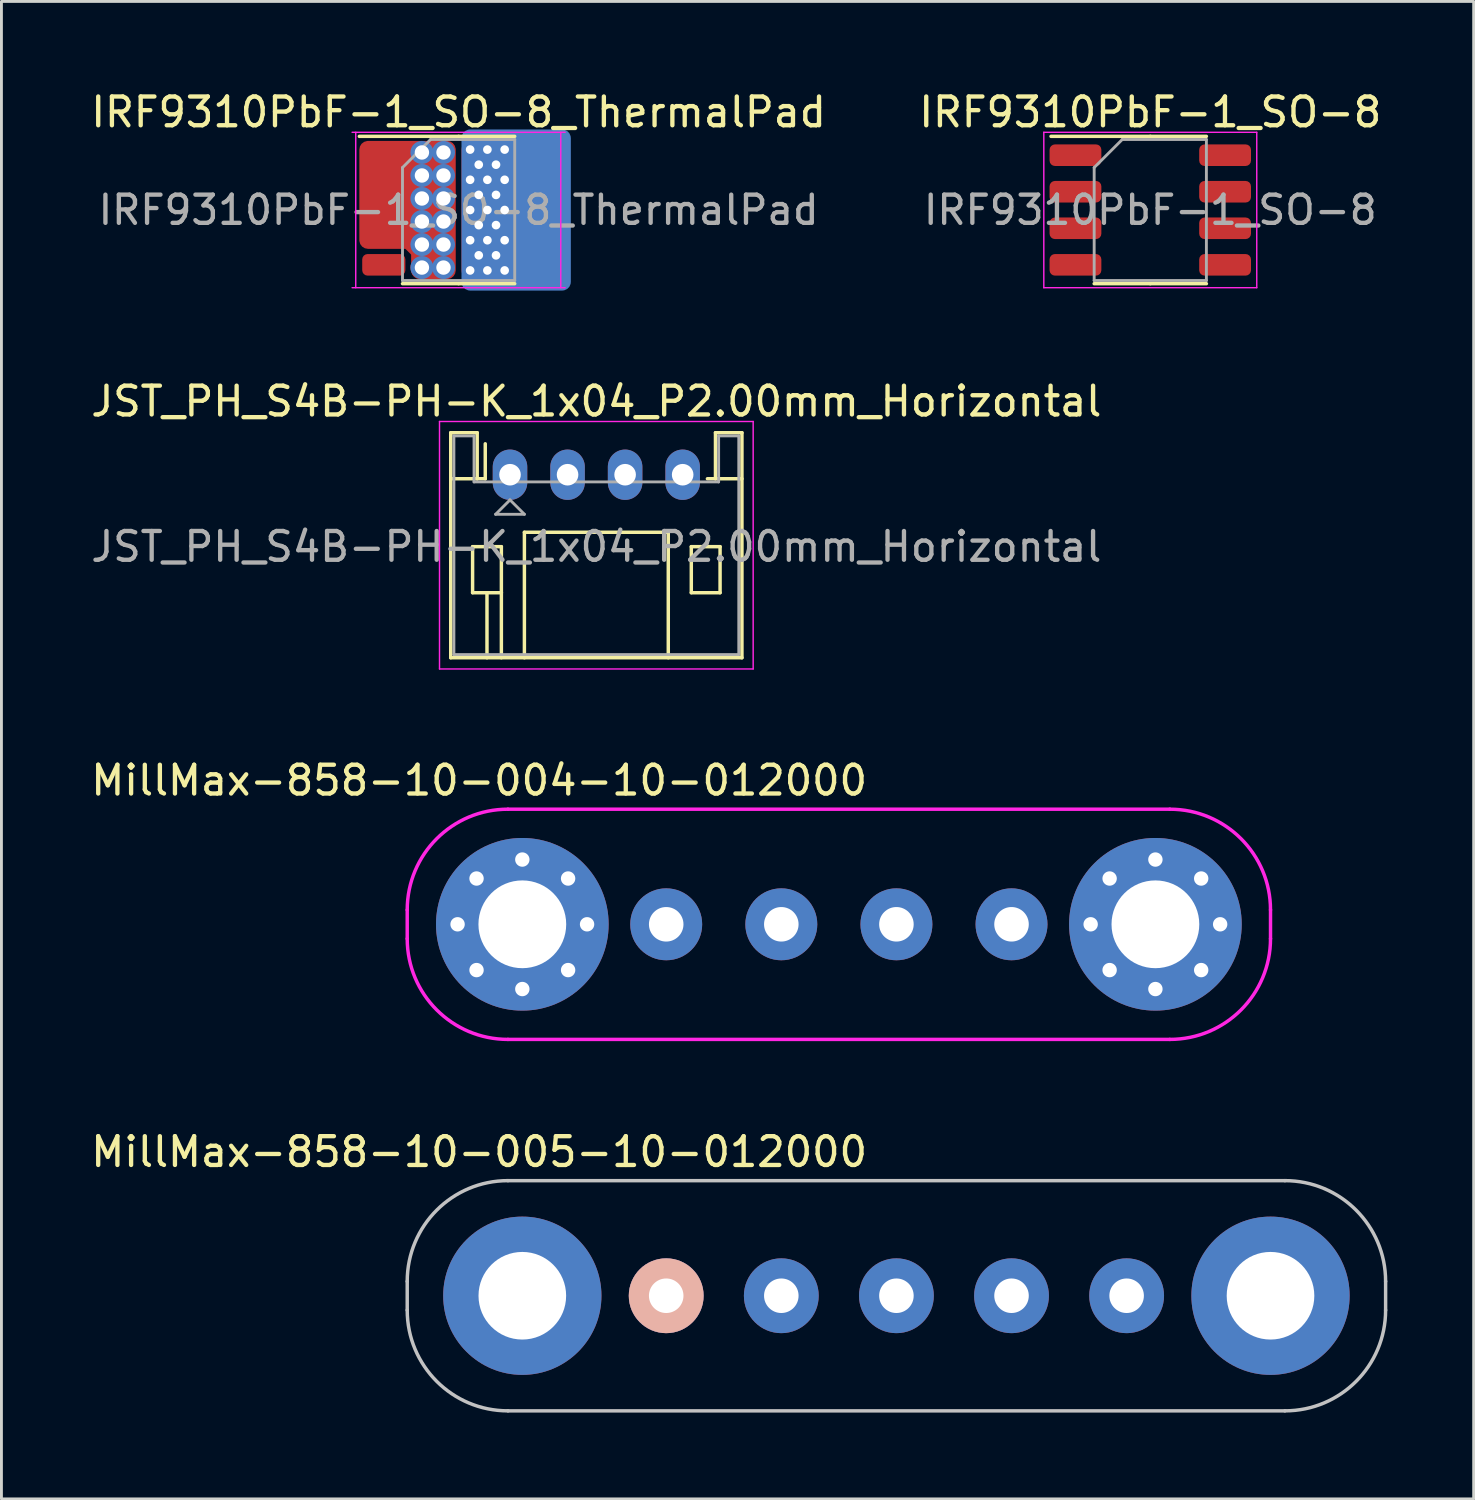
<source format=kicad_pcb>
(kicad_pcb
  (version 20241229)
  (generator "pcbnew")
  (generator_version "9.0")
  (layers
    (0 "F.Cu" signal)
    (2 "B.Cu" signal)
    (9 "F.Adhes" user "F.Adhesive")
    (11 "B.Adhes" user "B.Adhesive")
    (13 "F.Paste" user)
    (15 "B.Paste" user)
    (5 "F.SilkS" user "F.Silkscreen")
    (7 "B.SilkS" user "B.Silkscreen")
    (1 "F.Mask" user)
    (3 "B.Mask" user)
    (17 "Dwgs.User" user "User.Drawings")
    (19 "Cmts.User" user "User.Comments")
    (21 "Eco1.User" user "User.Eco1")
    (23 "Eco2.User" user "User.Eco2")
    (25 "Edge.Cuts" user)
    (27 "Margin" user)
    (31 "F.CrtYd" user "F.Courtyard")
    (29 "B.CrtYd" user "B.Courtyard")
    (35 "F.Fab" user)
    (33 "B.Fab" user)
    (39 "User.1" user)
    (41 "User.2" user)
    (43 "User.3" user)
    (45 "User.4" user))
  (footprint "JST_PH_S4B-PH-K_1x04_P2.00mm_Horizontal"
    (layer "F.Cu")
    (at 14.673 13.447)
    (property "Reference" "JST_PH_S4B-PH-K_1x04_P2.00mm_Horizontal" (at 3 -2.55 0) (layer "F.SilkS") (effects (font (size 1 1) (thickness 0.15))))
    (attr through_hole)
    (fp_line (start -2.06 -1.46) (end -2.06 6.36) (stroke (width 0.12) (type solid)) (layer "F.SilkS"))
    (fp_line (start -2.06 0.14) (end -1.14 0.14) (stroke (width 0.12) (type solid)) (layer "F.SilkS"))
    (fp_line (start -2.06 6.36) (end 8.06 6.36) (stroke (width 0.12) (type solid)) (layer "F.SilkS"))
    (fp_line (start -1.3 2.5) (end -1.3 4.1) (stroke (width 0.12) (type solid)) (layer "F.SilkS"))
    (fp_line (start -1.3 4.1) (end -0.3 4.1) (stroke (width 0.12) (type solid)) (layer "F.SilkS"))
    (fp_line (start -1.14 -1.46) (end -2.06 -1.46) (stroke (width 0.12) (type solid)) (layer "F.SilkS"))
    (fp_line (start -1.14 0.14) (end -1.14 -1.46) (stroke (width 0.12) (type solid)) (layer "F.SilkS"))
    (fp_line (start -0.86 0.14) (end -1.14 0.14) (stroke (width 0.12) (type solid)) (layer "F.SilkS"))
    (fp_line (start -0.86 0.14) (end -0.86 -1.075) (stroke (width 0.12) (type solid)) (layer "F.SilkS"))
    (fp_line (start -0.8 4.1) (end -0.8 6.36) (stroke (width 0.12) (type solid)) (layer "F.SilkS"))
    (fp_line (start -0.3 2.5) (end -1.3 2.5) (stroke (width 0.12) (type solid)) (layer "F.SilkS"))
    (fp_line (start -0.3 4.1) (end -0.3 2.5) (stroke (width 0.12) (type solid)) (layer "F.SilkS"))
    (fp_line (start -0.3 4.1) (end -0.3 6.36) (stroke (width 0.12) (type solid)) (layer "F.SilkS"))
    (fp_line (start 0.5 2) (end 5.5 2) (stroke (width 0.12) (type solid)) (layer "F.SilkS"))
    (fp_line (start 0.5 6.36) (end 0.5 2) (stroke (width 0.12) (type solid)) (layer "F.SilkS"))
    (fp_line (start 5.5 2) (end 5.5 6.36) (stroke (width 0.12) (type solid)) (layer "F.SilkS"))
    (fp_line (start 6.3 2.5) (end 7.3 2.5) (stroke (width 0.12) (type solid)) (layer "F.SilkS"))
    (fp_line (start 6.3 4.1) (end 6.3 2.5) (stroke (width 0.12) (type solid)) (layer "F.SilkS"))
    (fp_line (start 7.14 -1.46) (end 7.14 0.14) (stroke (width 0.12) (type solid)) (layer "F.SilkS"))
    (fp_line (start 7.14 0.14) (end 6.86 0.14) (stroke (width 0.12) (type solid)) (layer "F.SilkS"))
    (fp_line (start 7.3 2.5) (end 7.3 4.1) (stroke (width 0.12) (type solid)) (layer "F.SilkS"))
    (fp_line (start 7.3 4.1) (end 6.3 4.1) (stroke (width 0.12) (type solid)) (layer "F.SilkS"))
    (fp_line (start 8.06 -1.46) (end 7.14 -1.46) (stroke (width 0.12) (type solid)) (layer "F.SilkS"))
    (fp_line (start 8.06 0.14) (end 7.14 0.14) (stroke (width 0.12) (type solid)) (layer "F.SilkS"))
    (fp_line (start 8.06 6.36) (end 8.06 -1.46) (stroke (width 0.12) (type solid)) (layer "F.SilkS"))
    (fp_line (start -2.45 -1.85) (end -2.45 6.75) (stroke (width 0.05) (type solid)) (layer "F.CrtYd"))
    (fp_line (start -2.45 6.75) (end 8.45 6.75) (stroke (width 0.05) (type solid)) (layer "F.CrtYd"))
    (fp_line (start 8.45 -1.85) (end -2.45 -1.85) (stroke (width 0.05) (type solid)) (layer "F.CrtYd"))
    (fp_line (start 8.45 6.75) (end 8.45 -1.85) (stroke (width 0.05) (type solid)) (layer "F.CrtYd"))
    (fp_line (start -1.95 -1.35) (end -1.95 6.25) (stroke (width 0.1) (type solid)) (layer "F.Fab"))
    (fp_line (start -1.95 6.25) (end 7.95 6.25) (stroke (width 0.1) (type solid)) (layer "F.Fab"))
    (fp_line (start -1.25 -1.35) (end -1.95 -1.35) (stroke (width 0.1) (type solid)) (layer "F.Fab"))
    (fp_line (start -1.25 0.25) (end -1.25 -1.35) (stroke (width 0.1) (type solid)) (layer "F.Fab"))
    (fp_line (start -0.5 1.375) (end 0.5 1.375) (stroke (width 0.1) (type solid)) (layer "F.Fab"))
    (fp_line (start 0 0.875) (end -0.5 1.375) (stroke (width 0.1) (type solid)) (layer "F.Fab"))
    (fp_line (start 0.5 1.375) (end 0 0.875) (stroke (width 0.1) (type solid)) (layer "F.Fab"))
    (fp_line (start 7.25 -1.35) (end 7.25 0.25) (stroke (width 0.1) (type solid)) (layer "F.Fab"))
    (fp_line (start 7.25 0.25) (end -1.25 0.25) (stroke (width 0.1) (type solid)) (layer "F.Fab"))
    (fp_line (start 7.95 -1.35) (end 7.25 -1.35) (stroke (width 0.1) (type solid)) (layer "F.Fab"))
    (fp_line (start 7.95 6.25) (end 7.95 -1.35) (stroke (width 0.1) (type solid)) (layer "F.Fab"))
    (fp_text user "${REFERENCE}" (at 3 2.5 0) (layer "F.Fab") (effects (font (size 1 1) (thickness 0.15))))
    (pad "1" thru_hole oval (at 0 0) (size 1.2 1.75) (drill 0.75) (layers "*.Cu" "*.Mask"))
    (pad "2" thru_hole oval (at 2 0) (size 1.2 1.75) (drill 0.75) (layers "*.Cu" "*.Mask"))
    (pad "3" thru_hole oval (at 4 0) (size 1.2 1.75) (drill 0.75) (layers "*.Cu" "*.Mask"))
    (pad "4" thru_hole oval (at 6 0) (size 1.2 1.75) (drill 0.75) (layers "*.Cu" "*.Mask")))
  (footprint "IRF9310PbF-1_SO-8"
    (layer "F.Cu")
    (at 36.923 4.248)
    (property "Reference" "IRF9310PbF-1_SO-8" (at 0 -3.4 0) (layer "F.SilkS") (effects (font (size 1 1) (thickness 0.15))))
    (attr smd)
    (fp_line (start 0 -2.56) (end -3.45 -2.56) (stroke (width 0.12) (type solid)) (layer "F.SilkS"))
    (fp_line (start 0 -2.56) (end 1.95 -2.56) (stroke (width 0.12) (type solid)) (layer "F.SilkS"))
    (fp_line (start 0 2.56) (end -1.95 2.56) (stroke (width 0.12) (type solid)) (layer "F.SilkS"))
    (fp_line (start 0 2.56) (end 1.95 2.56) (stroke (width 0.12) (type solid)) (layer "F.SilkS"))
    (fp_line (start -3.7 -2.7) (end -3.7 2.7) (stroke (width 0.05) (type solid)) (layer "F.CrtYd"))
    (fp_line (start -3.7 2.7) (end 3.7 2.7) (stroke (width 0.05) (type solid)) (layer "F.CrtYd"))
    (fp_line (start 3.7 -2.7) (end -3.7 -2.7) (stroke (width 0.05) (type solid)) (layer "F.CrtYd"))
    (fp_line (start 3.7 2.7) (end 3.7 -2.7) (stroke (width 0.05) (type solid)) (layer "F.CrtYd"))
    (fp_line (start -1.95 -1.475) (end -0.975 -2.45) (stroke (width 0.1) (type solid)) (layer "F.Fab"))
    (fp_line (start -1.95 2.45) (end -1.95 -1.475) (stroke (width 0.1) (type solid)) (layer "F.Fab"))
    (fp_line (start -0.975 -2.45) (end 1.95 -2.45) (stroke (width 0.1) (type solid)) (layer "F.Fab"))
    (fp_line (start 1.95 -2.45) (end 1.95 2.45) (stroke (width 0.1) (type solid)) (layer "F.Fab"))
    (fp_line (start 1.95 2.45) (end -1.95 2.45) (stroke (width 0.1) (type solid)) (layer "F.Fab"))
    (fp_text user "${REFERENCE}" (at 0 0 0) (layer "F.Fab") (effects (font (size 0.98 0.98) (thickness 0.15))))
    (pad "1" smd roundrect (at -2.6 1.905) (size 1.8 0.75) (layers "F.Cu" "F.Mask" "F.Paste") (roundrect_rratio 0.25))
    (pad "2" smd roundrect (at -2.6 -1.905) (size 1.8 0.75) (layers "F.Cu" "F.Mask" "F.Paste") (roundrect_rratio 0.25))
    (pad "2" smd roundrect (at -2.6 -0.635) (size 1.8 0.75) (layers "F.Cu" "F.Mask" "F.Paste") (roundrect_rratio 0.25))
    (pad "2" smd roundrect (at -2.6 0.635) (size 1.8 0.75) (layers "F.Cu" "F.Mask" "F.Paste") (roundrect_rratio 0.25))
    (pad "3" smd roundrect (at 2.6 -1.905) (size 1.8 0.75) (layers "F.Cu" "F.Mask" "F.Paste") (roundrect_rratio 0.25))
    (pad "3" smd roundrect (at 2.6 -0.635) (size 1.8 0.75) (layers "F.Cu" "F.Mask" "F.Paste") (roundrect_rratio 0.25))
    (pad "3" smd roundrect (at 2.6 0.635) (size 1.8 0.75) (layers "F.Cu" "F.Mask" "F.Paste") (roundrect_rratio 0.25))
    (pad "3" smd roundrect (at 2.6 1.905) (size 1.8 0.75) (layers "F.Cu" "F.Mask" "F.Paste") (roundrect_rratio 0.25)))
  (footprint "IRF9310PbF-1_SO-8_ThermalPad"
    (layer "F.Cu")
    (at 12.887 4.248)
    (property "Reference" "IRF9310PbF-1_SO-8_ThermalPad" (at 0 -3.4 0) (layer "F.SilkS") (effects (font (size 1 1) (thickness 0.15))))
    (attr smd)
    (fp_line (start 0 -2.56) (end -3.45 -2.56) (stroke (width 0.12) (type solid)) (layer "F.SilkS"))
    (fp_line (start 0 -2.56) (end 1.95 -2.56) (stroke (width 0.12) (type solid)) (layer "F.SilkS"))
    (fp_line (start 0 2.56) (end -1.95 2.56) (stroke (width 0.12) (type solid)) (layer "F.SilkS"))
    (fp_line (start 0 2.56) (end 1.95 2.56) (stroke (width 0.12) (type solid)) (layer "F.SilkS"))
    (fp_line (start -3.7 2.7) (end 3.7 2.7) (stroke (width 0.05) (type solid)) (layer "F.CrtYd"))
    (fp_line (start -3.575 -2.7) (end -3.575 2.7) (stroke (width 0.05) (type solid)) (layer "F.CrtYd"))
    (fp_line (start 3.55 2.7) (end 3.55 -2.7) (stroke (width 0.05) (type solid)) (layer "F.CrtYd"))
    (fp_line (start 3.7 -2.7) (end -3.7 -2.7) (stroke (width 0.05) (type solid)) (layer "F.CrtYd"))
    (fp_line (start -1.95 -1.475) (end -0.975 -2.45) (stroke (width 0.1) (type solid)) (layer "F.Fab"))
    (fp_line (start -1.95 2.45) (end -1.95 -1.475) (stroke (width 0.1) (type solid)) (layer "F.Fab"))
    (fp_line (start -0.975 -2.45) (end 1.95 -2.45) (stroke (width 0.1) (type solid)) (layer "F.Fab"))
    (fp_line (start 1.95 -2.45) (end 1.95 2.45) (stroke (width 0.1) (type solid)) (layer "F.Fab"))
    (fp_line (start 1.95 2.45) (end -1.95 2.45) (stroke (width 0.1) (type solid)) (layer "F.Fab"))
    (fp_text user "${REFERENCE}" (at 0 0 0) (layer "F.Fab") (effects (font (size 0.98 0.98) (thickness 0.15))))
    (pad "1" smd roundrect (at -2.6 1.905) (size 1.5 0.75) (layers "F.Cu" "F.Mask" "F.Paste") (roundrect_rratio 0.25))
    (pad "2" smd roundrect (at -2.6 -1.905) (size 1.5 0.75) (layers "F.Cu" "F.Mask" "F.Paste") (roundrect_rratio 0.25))
    (pad "2" smd roundrect (at -2.6 -0.635) (size 1.5 0.75) (layers "F.Cu" "F.Mask" "F.Paste") (roundrect_rratio 0.25))
    (pad "2" smd roundrect (at -2.6 0.635) (size 1.5 0.75) (layers "F.Cu" "F.Mask" "F.Paste") (roundrect_rratio 0.25))
    (pad "2" smd custom (at -1.775 0) (size 2 2) (layers "F.Cu") (options (anchor circle)) (primitives (gr_poly (pts (xy 1.375 2.1) (xy 0.425 2.1) (xy 0.425 1.425) (xy 0.05 1.05) (xy -1.375 1.05) (xy -1.375 -2.1) (xy 1.375 -2.1)) (width 0.6) (fill yes))))
    (pad "2" thru_hole circle (at -1.275 -2) (size 0.8 0.8) (drill 0.5) (layers "*.Cu"))
    (pad "2" thru_hole circle (at -1.275 -1.2) (size 0.8 0.8) (drill 0.5) (layers "*.Cu"))
    (pad "2" thru_hole circle (at -1.275 -0.4) (size 0.8 0.8) (drill 0.5) (layers "*.Cu"))
    (pad "2" thru_hole circle (at -1.275 0.4) (size 0.8 0.8) (drill 0.5) (layers "*.Cu"))
    (pad "2" thru_hole circle (at -1.275 1.2) (size 0.8 0.8) (drill 0.5) (layers "*.Cu"))
    (pad "2" thru_hole circle (at -1.275 2) (size 0.8 0.8) (drill 0.5) (layers "*.Cu"))
    (pad "2" thru_hole circle (at -0.525 -2) (size 0.8 0.8) (drill 0.5) (layers "*.Cu"))
    (pad "2" thru_hole circle (at -0.525 -1.2) (size 0.8 0.8) (drill 0.5) (layers "*.Cu"))
    (pad "2" thru_hole circle (at -0.525 -0.4) (size 0.8 0.8) (drill 0.5) (layers "*.Cu"))
    (pad "2" thru_hole circle (at -0.525 0.4) (size 0.8 0.8) (drill 0.5) (layers "*.Cu"))
    (pad "2" thru_hole circle (at -0.525 1.2) (size 0.8 0.8) (drill 0.5) (layers "*.Cu"))
    (pad "2" thru_hole circle (at -0.525 2) (size 0.8 0.8) (drill 0.5) (layers "*.Cu"))
    (pad "3" thru_hole circle (at 0.4 -2.1) (size 0.55 0.55) (drill 0.3) (layers "*.Cu"))
    (pad "3" thru_hole circle (at 0.4 -1.05) (size 0.55 0.55) (drill 0.3) (layers "*.Cu"))
    (pad "3" thru_hole circle (at 0.4 0) (size 0.55 0.55) (drill 0.3) (layers "*.Cu"))
    (pad "3" thru_hole circle (at 0.4 1.05) (size 0.55 0.55) (drill 0.3) (layers "*.Cu"))
    (pad "3" thru_hole circle (at 0.4 2.1) (size 0.55 0.55) (drill 0.3) (layers "*.Cu"))
    (pad "3" thru_hole circle (at 0.7 -1.575) (size 0.55 0.55) (drill 0.3) (layers "*.Cu"))
    (pad "3" thru_hole circle (at 0.7 -0.525) (size 0.55 0.55) (drill 0.3) (layers "*.Cu"))
    (pad "3" thru_hole circle (at 0.7 0.525) (size 0.55 0.55) (drill 0.3) (layers "*.Cu"))
    (pad "3" thru_hole circle (at 0.7 1.575) (size 0.55 0.55) (drill 0.3) (layers "*.Cu"))
    (pad "3" thru_hole circle (at 1 -2.1) (size 0.55 0.55) (drill 0.3) (layers "*.Cu"))
    (pad "3" thru_hole circle (at 1 -1.05) (size 0.55 0.55) (drill 0.3) (layers "*.Cu"))
    (pad "3" thru_hole circle (at 1 0) (size 0.55 0.55) (drill 0.3) (layers "*.Cu"))
    (pad "3" thru_hole circle (at 1 1.05) (size 0.55 0.55) (drill 0.3) (layers "*.Cu"))
    (pad "3" thru_hole circle (at 1 2.1) (size 0.55 0.55) (drill 0.3) (layers "*.Cu"))
    (pad "3" thru_hole circle (at 1.3 -1.575) (size 0.55 0.55) (drill 0.3) (layers "*.Cu"))
    (pad "3" thru_hole circle (at 1.3 -0.525) (size 0.55 0.55) (drill 0.3) (layers "*.Cu"))
    (pad "3" thru_hole circle (at 1.3 0.525) (size 0.55 0.55) (drill 0.3) (layers "*.Cu"))
    (pad "3" thru_hole circle (at 1.3 1.575) (size 0.55 0.55) (drill 0.3) (layers "*.Cu"))
    (pad "3" thru_hole circle (at 1.6 -2.1) (size 0.55 0.55) (drill 0.3) (layers "*.Cu"))
    (pad "3" thru_hole circle (at 1.6 -1.05) (size 0.55 0.55) (drill 0.3) (layers "*.Cu"))
    (pad "3" thru_hole circle (at 1.6 0) (size 0.55 0.55) (drill 0.3) (layers "*.Cu"))
    (pad "3" thru_hole circle (at 1.6 1.05) (size 0.55 0.55) (drill 0.3) (layers "*.Cu"))
    (pad "3" thru_hole circle (at 1.6 2.1) (size 0.55 0.55) (drill 0.3) (layers "*.Cu"))
    (pad "3" smd roundrect (at 1.775 0) (size 3.35 4.8) (layers "F.Cu") (roundrect_rratio 0.09))
    (pad "3" smd roundrect (at 2 0) (size 3.8 5.6) (layers "B.Cu") (roundrect_rratio 0.079))
    (pad "3" smd roundrect (at 2.6 -1.905) (size 1.5 0.75) (layers "F.Cu" "F.Mask" "F.Paste") (roundrect_rratio 0.25))
    (pad "3" smd roundrect (at 2.6 -0.635) (size 1.5 0.75) (layers "F.Cu" "F.Mask" "F.Paste") (roundrect_rratio 0.25))
    (pad "3" smd roundrect (at 2.6 0.635) (size 1.5 0.75) (layers "F.Cu" "F.Mask" "F.Paste") (roundrect_rratio 0.25))
    (pad "3" smd roundrect (at 2.6 1.905) (size 1.5 0.75) (layers "F.Cu" "F.Mask" "F.Paste") (roundrect_rratio 0.25)))
  (footprint "MillMax-858-10-005-10-012000"
    (layer "F.Cu")
    (at 20.101 41.978)
    (property "Reference" "MillMax-858-10-005-10-012000" (at -6.5 -5 0) (layer "F.SilkS") (effects (font (size 1 1) (thickness 0.15))))
    (attr through_hole)
    (fp_line (start -9 0.5) (end -9 -0.5) (stroke (width 0.12) (type solid)) (layer "Dwgs.User"))
    (fp_line (start 21.5 -4) (end -5.5 -4) (stroke (width 0.12) (type solid)) (layer "Dwgs.User"))
    (fp_line (start 21.5 4) (end -5.5 4) (stroke (width 0.12) (type solid)) (layer "Dwgs.User"))
    (fp_line (start 25 -0.5) (end 25 0.5) (stroke (width 0.12) (type solid)) (layer "Dwgs.User"))
    (fp_arc (start -9 -0.5) (mid -7.974874 -2.974874) (end -5.5 -4) (stroke (width 0.12) (type solid)) (layer "Dwgs.User"))
    (fp_arc (start -5.5 4) (mid -7.974874 2.974874) (end -9 0.5) (stroke (width 0.12) (type solid)) (layer "Dwgs.User"))
    (fp_arc (start 21.5 -4) (mid 23.974874 -2.974874) (end 25 -0.5) (stroke (width 0.12) (type solid)) (layer "Dwgs.User"))
    (fp_arc (start 25 0.5) (mid 23.974874 2.974874) (end 21.5 4) (stroke (width 0.12) (type solid)) (layer "Dwgs.User"))
    (pad "1" thru_hole circle (at 0 0) (size 2.6 2.6) (drill 1.2) (layers "*.Cu" "*.Mask" "B.SilkS"))
    (pad "2" thru_hole circle (at 4 0) (size 2.6 2.6) (drill 1.2) (layers "*.Cu" "*.Mask"))
    (pad "3" thru_hole circle (at 8 0) (size 2.6 2.6) (drill 1.2) (layers "*.Cu" "*.Mask"))
    (pad "4" thru_hole circle (at 12 0) (size 2.6 2.6) (drill 1.2) (layers "*.Cu" "*.Mask"))
    (pad "5" thru_hole circle (at 16 0) (size 2.6 2.6) (drill 1.2) (layers "*.Cu" "*.Mask"))
    (pad "M1" thru_hole circle (at -5 0) (size 5.5 5.5) (drill 3.045) (layers "*.Cu" "*.Mask"))
    (pad "M2" thru_hole circle (at 21 0) (size 5.5 5.5) (drill 3.045) (layers "*.Cu" "*.Mask")))
  (footprint "MillMax-858-10-004-10-012000"
    (layer "F.Cu")
    (at 26.101 29.07)
    (property "Reference" "MillMax-858-10-004-10-012000" (at -12.5 -5 0) (layer "F.SilkS") (effects (font (size 1 1) (thickness 0.15))))
    (attr through_hole)
    (fp_line (start -15 0.5) (end -15 -0.5) (stroke (width 0.12) (type solid)) (layer "F.CrtYd"))
    (fp_line (start 11.5 -4) (end -11.5 -4) (stroke (width 0.12) (type solid)) (layer "F.CrtYd"))
    (fp_line (start 11.5 4) (end -11.5 4) (stroke (width 0.12) (type solid)) (layer "F.CrtYd"))
    (fp_line (start 15 -0.5) (end 15 0.5) (stroke (width 0.12) (type solid)) (layer "F.CrtYd"))
    (fp_arc (start -15 -0.5) (mid -13.974874 -2.974874) (end -11.5 -4) (stroke (width 0.12) (type solid)) (layer "F.CrtYd"))
    (fp_arc (start -11.5 4) (mid -13.974874 2.974874) (end -15 0.5) (stroke (width 0.12) (type solid)) (layer "F.CrtYd"))
    (fp_arc (start 11.5 -4) (mid 13.974874 -2.974874) (end 15 -0.5) (stroke (width 0.12) (type solid)) (layer "F.CrtYd"))
    (fp_arc (start 15 0.5) (mid 13.974874 2.974874) (end 11.5 4) (stroke (width 0.12) (type solid)) (layer "F.CrtYd"))
    (pad "1" thru_hole circle (at -13.25 0) (size 0.8 0.8) (drill 0.5) (layers "*.Cu" "*.Mask"))
    (pad "1" thru_hole circle (at -12.591 -1.591) (size 0.8 0.8) (drill 0.5) (layers "*.Cu" "*.Mask"))
    (pad "1" thru_hole circle (at -12.591 1.591) (size 0.8 0.8) (drill 0.5) (layers "*.Cu" "*.Mask"))
    (pad "1" thru_hole circle (at -11 -2.25) (size 0.8 0.8) (drill 0.5) (layers "*.Cu" "*.Mask"))
    (pad "1" thru_hole circle (at -11 0) (size 6 6) (drill 3.05) (layers "*.Cu" "*.Mask"))
    (pad "1" thru_hole circle (at -11 2.25) (size 0.8 0.8) (drill 0.5) (layers "*.Cu" "*.Mask"))
    (pad "1" thru_hole circle (at -9.409 -1.591) (size 0.8 0.8) (drill 0.5) (layers "*.Cu" "*.Mask"))
    (pad "1" thru_hole circle (at -9.409 1.591) (size 0.8 0.8) (drill 0.5) (layers "*.Cu" "*.Mask"))
    (pad "1" thru_hole circle (at -8.75 0) (size 0.8 0.8) (drill 0.5) (layers "*.Cu" "*.Mask"))
    (pad "1" thru_hole circle (at 8.75 0) (size 0.8 0.8) (drill 0.5) (layers "*.Cu" "*.Mask"))
    (pad "1" thru_hole circle (at 9.409 -1.591) (size 0.8 0.8) (drill 0.5) (layers "*.Cu" "*.Mask"))
    (pad "1" thru_hole circle (at 9.409 1.591) (size 0.8 0.8) (drill 0.5) (layers "*.Cu" "*.Mask"))
    (pad "1" thru_hole circle (at 11 -2.25) (size 0.8 0.8) (drill 0.5) (layers "*.Cu" "*.Mask"))
    (pad "1" thru_hole circle (at 11 0) (size 6 6) (drill 3.05) (layers "*.Cu" "*.Mask"))
    (pad "1" thru_hole circle (at 11 2.25) (size 0.8 0.8) (drill 0.5) (layers "*.Cu" "*.Mask"))
    (pad "1" thru_hole circle (at 12.591 -1.591) (size 0.8 0.8) (drill 0.5) (layers "*.Cu" "*.Mask"))
    (pad "1" thru_hole circle (at 12.591 1.591) (size 0.8 0.8) (drill 0.5) (layers "*.Cu" "*.Mask"))
    (pad "1" thru_hole circle (at 13.25 0) (size 0.8 0.8) (drill 0.5) (layers "*.Cu" "*.Mask"))
    (pad "2" thru_hole circle (at -6 0) (size 2.5 2.5) (drill 1.2) (layers "*.Cu" "*.Mask"))
    (pad "3" thru_hole circle (at -2 0) (size 2.5 2.5) (drill 1.2) (layers "*.Cu" "*.Mask"))
    (pad "4" thru_hole circle (at 2 0) (size 2.5 2.5) (drill 1.2) (layers "*.Cu" "*.Mask"))
    (pad "5" thru_hole circle (at 6 0) (size 2.5 2.5) (drill 1.2) (layers "*.Cu" "*.Mask")))
  (gr_rect
    (start -3 -3)
    (end 48.161 49.038)
    (stroke (width 0.1) (type default))
    (fill no)
    (layer "Edge.Cuts")))
</source>
